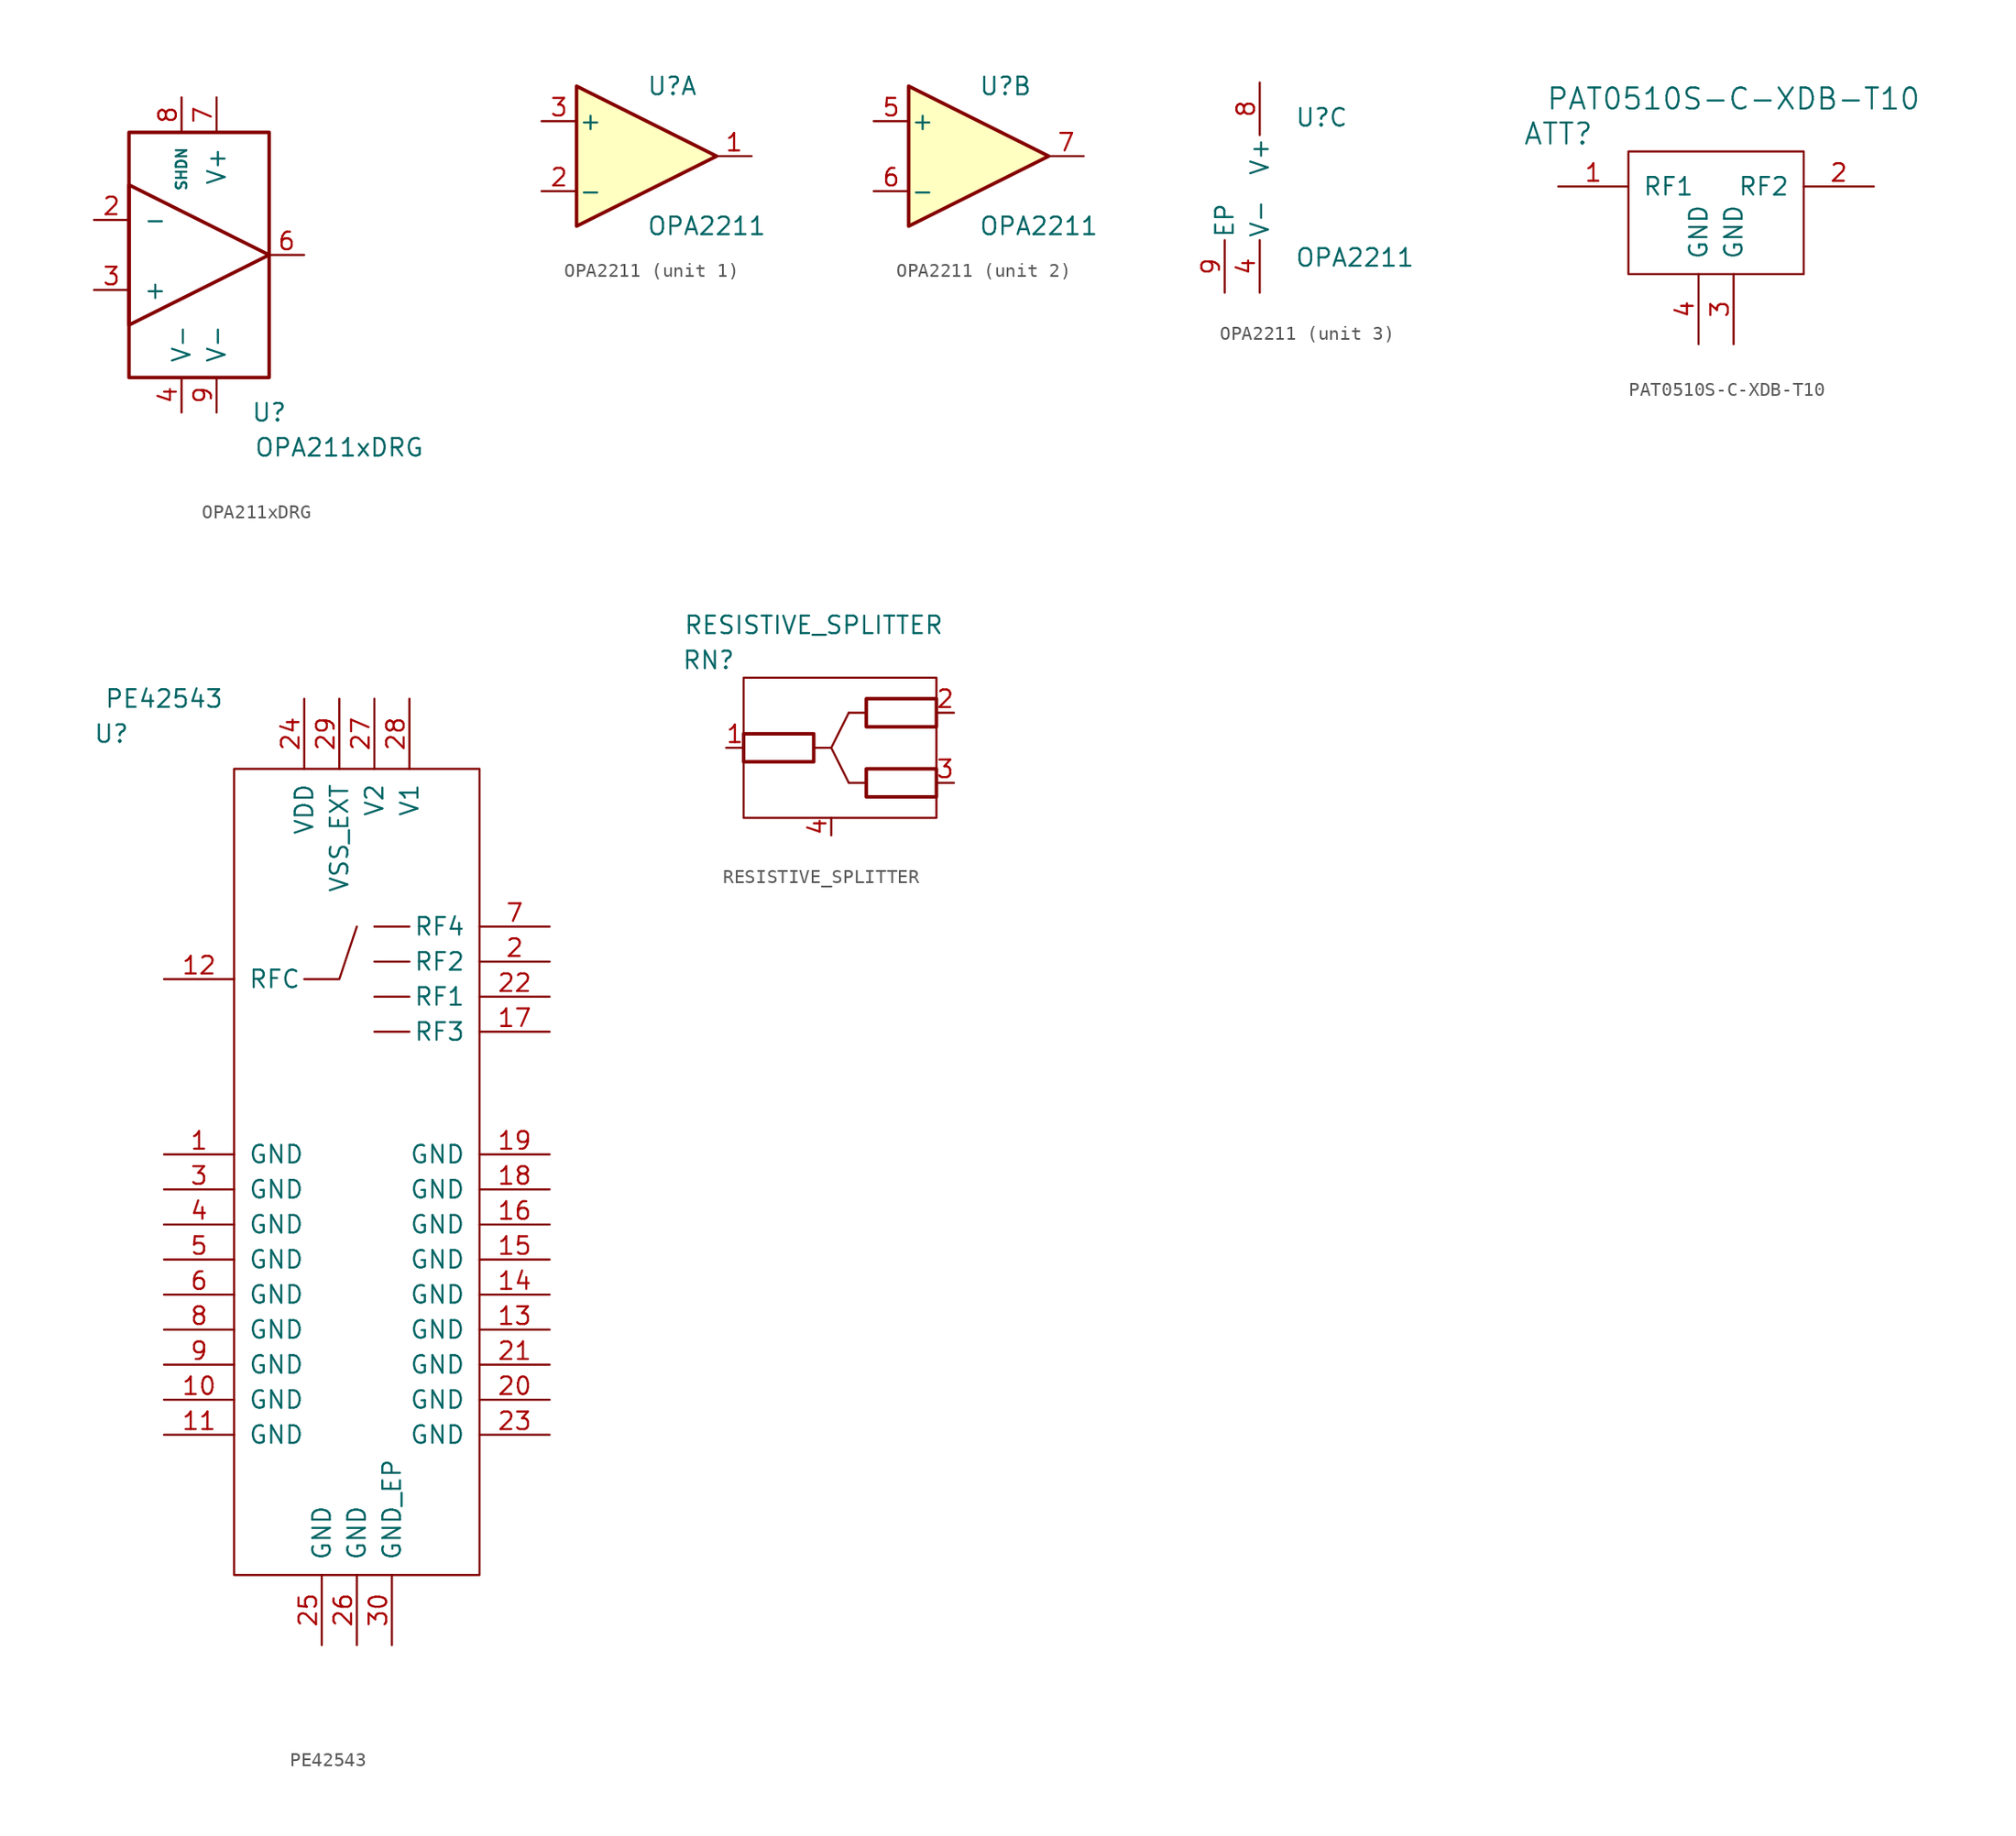
<source format=kicad_sym>
(kicad_symbol_lib
  (version 20201005)
  (generator kicad_symbol_editor)
  (symbol "vna_mm:OPA211xDRG"
    (pin_names
      (offset 1.016))
    (property "Reference" "U"
      (at 5.08 -11.43 0)
      (effects (font (size 1.27 1.27))))
    (property "Value" "OPA211xDRG"
      (at 10.16 -13.97 0)
      (effects (font (size 1.27 1.27))))
    (symbol "OPA211xDRG_0_0"
      (pin power_in line (at 1.27 -11.43 90) (length 2.54) (name "V-" (effects (font (size 1.27 1.27)))) (number "9" (effects (font (size 1.27 1.27))))))
    (symbol "OPA211xDRG_0_1"
      (rectangle (start -5.08 8.89) (end 5.08 -8.89) (stroke (width 0.254)) (fill (type none))))
    (symbol "OPA211xDRG_1_1"
      (polyline (pts (xy -5.08 5.08) (xy 5.08 0) (xy -5.08 -5.08) (xy -5.08 5.08)) (stroke (width 0.254)) (fill (type none)))
      (pin unconnected line (at 7.62 -7.62 180) (length 2.54) hide (name "NC" (effects (font (size 1.27 1.27)))) (number "1" (effects (font (size 1.27 1.27)))))
      (pin input line (at -7.62 2.54 0) (length 2.54) (name "-" (effects (font (size 1.27 1.27)))) (number "2" (effects (font (size 1.27 1.27)))))
      (pin input line (at -7.62 -2.54 0) (length 2.54) (name "+" (effects (font (size 1.27 1.27)))) (number "3" (effects (font (size 1.27 1.27)))))
      (pin power_in line (at -1.27 -11.43 90) (length 2.54) (name "V-" (effects (font (size 1.27 1.27)))) (number "4" (effects (font (size 1.27 1.27)))))
      (pin unconnected line (at 7.62 -5.08 180) (length 2.54) hide (name "NC" (effects (font (size 1.27 1.27)))) (number "5" (effects (font (size 1.27 1.27)))))
      (pin output line (at 7.62 0 180) (length 2.54) (name "~" (effects (font (size 1.27 1.27)))) (number "6" (effects (font (size 1.27 1.27)))))
      (pin power_in line (at 1.27 11.43 270) (length 2.54) (name "V+" (effects (font (size 1.27 1.27)))) (number "7" (effects (font (size 1.27 1.27)))))
      (pin input line (at -1.27 11.43 270) (length 2.54) (name "SHDN" (effects (font (size 0.762 0.762)))) (number "8" (effects (font (size 1.27 1.27)))))))
  (symbol "vna_mm:OPA2211"
    (pin_names
      (offset 0.127))
    (property "Reference" "U"
      (at 0 5.08 0)
      (effects (font (size 1.27 1.27)) (justify left)))
    (property "Value" "OPA2211"
      (at 0 -5.08 0)
      (effects (font (size 1.27 1.27)) (justify left)))
    (property "ki_locked" ""
      (at 0 0 0)
      (effects (font (size 1.27 1.27))))
    (symbol "OPA2211_1_1"
      (polyline (pts (xy -5.08 5.08) (xy 5.08 0) (xy -5.08 -5.08) (xy -5.08 5.08)) (stroke (width 0.254)) (fill (type background)))
      (pin output line (at 7.62 0 180) (length 2.54) (name "~" (effects (font (size 1.27 1.27)))) (number "1" (effects (font (size 1.27 1.27)))))
      (pin input line (at -7.62 -2.54 0) (length 2.54) (name "-" (effects (font (size 1.27 1.27)))) (number "2" (effects (font (size 1.27 1.27)))))
      (pin input line (at -7.62 2.54 0) (length 2.54) (name "+" (effects (font (size 1.27 1.27)))) (number "3" (effects (font (size 1.27 1.27))))))
    (symbol "OPA2211_2_1"
      (polyline (pts (xy -5.08 5.08) (xy 5.08 0) (xy -5.08 -5.08) (xy -5.08 5.08)) (stroke (width 0.254)) (fill (type background)))
      (pin input line (at -7.62 2.54 0) (length 2.54) (name "+" (effects (font (size 1.27 1.27)))) (number "5" (effects (font (size 1.27 1.27)))))
      (pin input line (at -7.62 -2.54 0) (length 2.54) (name "-" (effects (font (size 1.27 1.27)))) (number "6" (effects (font (size 1.27 1.27)))))
      (pin output line (at 7.62 0 180) (length 2.54) (name "~" (effects (font (size 1.27 1.27)))) (number "7" (effects (font (size 1.27 1.27))))))
    (symbol "OPA2211_3_1"
      (pin power_in line (at -2.54 -7.62 90) (length 3.81) (name "V-" (effects (font (size 1.27 1.27)))) (number "4" (effects (font (size 1.27 1.27)))))
      (pin power_in line (at -2.54 7.62 270) (length 3.81) (name "V+" (effects (font (size 1.27 1.27)))) (number "8" (effects (font (size 1.27 1.27)))))
      (pin power_in line (at -5.08 -7.62 90) (length 3.81) (name "EP" (effects (font (size 1.27 1.27)))) (number "9" (effects (font (size 1.27 1.27)))))))
  (symbol "vna_mm:PAT0510S-C-XDB-T10"
    (pin_names
      (offset 1.016))
    (property "Reference" "ATT"
      (at -11.43 3.81 0)
      (effects (font (size 1.524 1.524))))
    (property "Value" "PAT0510S-C-XDB-T10"
      (at 1.27 6.35 0)
      (effects (font (size 1.524 1.524))))
    (symbol "PAT0510S-C-XDB-T10_0_1"
      (rectangle (start -6.35 2.54) (end 6.35 -6.35) (stroke (width 0)) (fill (type none))))
    (symbol "PAT0510S-C-XDB-T10_1_1"
      (pin bidirectional line (at -11.43 0 0) (length 5.08) (name "RF1" (effects (font (size 1.27 1.27)))) (number "1" (effects (font (size 1.27 1.27)))))
      (pin bidirectional line (at 11.43 0 180) (length 5.08) (name "RF2" (effects (font (size 1.27 1.27)))) (number "2" (effects (font (size 1.27 1.27)))))
      (pin bidirectional line (at 1.27 -11.43 90) (length 5.08) (name "GND" (effects (font (size 1.27 1.27)))) (number "3" (effects (font (size 1.27 1.27)))))
      (pin bidirectional line (at -1.27 -11.43 90) (length 5.08) (name "GND" (effects (font (size 1.27 1.27)))) (number "4" (effects (font (size 1.27 1.27)))))))
  (symbol "vna_mm:PE42543"
    (pin_names
      (offset 1.016))
    (property "Reference" "U"
      (at -17.78 17.78 0)
      (effects (font (size 1.27 1.27))))
    (property "Value" "PE42543"
      (at -13.97 20.32 0)
      (effects (font (size 1.27 1.27))))
    (symbol "PE42543_0_1"
      (rectangle (start -8.89 15.24) (end 8.89 -43.18) (stroke (width 0)) (fill (type none)))
      (polyline (pts (xy 1.27 -3.81) (xy 3.81 -3.81)) (stroke (width 0)) (fill (type none)))
      (polyline (pts (xy 1.27 -1.27) (xy 3.81 -1.27)) (stroke (width 0)) (fill (type none)))
      (polyline (pts (xy 1.27 1.27) (xy 3.81 1.27)) (stroke (width 0)) (fill (type none)))
      (polyline (pts (xy 1.27 3.81) (xy 3.81 3.81)) (stroke (width 0)) (fill (type none)))
      (polyline (pts (xy -3.81 0) (xy -1.27 0) (xy 0 3.81)) (stroke (width 0)) (fill (type none))))
    (symbol "PE42543_1_1"
      (pin power_in line (at -13.97 -12.7 0) (length 5.08) (name "GND" (effects (font (size 1.27 1.27)))) (number "1" (effects (font (size 1.27 1.27)))))
      (pin power_in line (at -13.97 -30.48 0) (length 5.08) (name "GND" (effects (font (size 1.27 1.27)))) (number "10" (effects (font (size 1.27 1.27)))))
      (pin power_in line (at -13.97 -33.02 0) (length 5.08) (name "GND" (effects (font (size 1.27 1.27)))) (number "11" (effects (font (size 1.27 1.27)))))
      (pin bidirectional line (at -13.97 0 0) (length 5.08) (name "RFC" (effects (font (size 1.27 1.27)))) (number "12" (effects (font (size 1.27 1.27)))))
      (pin power_in line (at 13.97 -25.4 180) (length 5.08) (name "GND" (effects (font (size 1.27 1.27)))) (number "13" (effects (font (size 1.27 1.27)))))
      (pin power_in line (at 13.97 -22.86 180) (length 5.08) (name "GND" (effects (font (size 1.27 1.27)))) (number "14" (effects (font (size 1.27 1.27)))))
      (pin power_in line (at 13.97 -20.32 180) (length 5.08) (name "GND" (effects (font (size 1.27 1.27)))) (number "15" (effects (font (size 1.27 1.27)))))
      (pin power_in line (at 13.97 -17.78 180) (length 5.08) (name "GND" (effects (font (size 1.27 1.27)))) (number "16" (effects (font (size 1.27 1.27)))))
      (pin bidirectional line (at 13.97 -3.81 180) (length 5.08) (name "RF3" (effects (font (size 1.27 1.27)))) (number "17" (effects (font (size 1.27 1.27)))))
      (pin power_in line (at 13.97 -15.24 180) (length 5.08) (name "GND" (effects (font (size 1.27 1.27)))) (number "18" (effects (font (size 1.27 1.27)))))
      (pin power_in line (at 13.97 -12.7 180) (length 5.08) (name "GND" (effects (font (size 1.27 1.27)))) (number "19" (effects (font (size 1.27 1.27)))))
      (pin bidirectional line (at 13.97 1.27 180) (length 5.08) (name "RF2" (effects (font (size 1.27 1.27)))) (number "2" (effects (font (size 1.27 1.27)))))
      (pin power_in line (at 13.97 -30.48 180) (length 5.08) (name "GND" (effects (font (size 1.27 1.27)))) (number "20" (effects (font (size 1.27 1.27)))))
      (pin power_in line (at 13.97 -27.94 180) (length 5.08) (name "GND" (effects (font (size 1.27 1.27)))) (number "21" (effects (font (size 1.27 1.27)))))
      (pin bidirectional line (at 13.97 -1.27 180) (length 5.08) (name "RF1" (effects (font (size 1.27 1.27)))) (number "22" (effects (font (size 1.27 1.27)))))
      (pin power_in line (at 13.97 -33.02 180) (length 5.08) (name "GND" (effects (font (size 1.27 1.27)))) (number "23" (effects (font (size 1.27 1.27)))))
      (pin power_in line (at -3.81 20.32 270) (length 5.08) (name "VDD" (effects (font (size 1.27 1.27)))) (number "24" (effects (font (size 1.27 1.27)))))
      (pin power_in line (at -2.54 -48.26 90) (length 5.08) (name "GND" (effects (font (size 1.27 1.27)))) (number "25" (effects (font (size 1.27 1.27)))))
      (pin power_in line (at 0 -48.26 90) (length 5.08) (name "GND" (effects (font (size 1.27 1.27)))) (number "26" (effects (font (size 1.27 1.27)))))
      (pin input line (at 1.27 20.32 270) (length 5.08) (name "V2" (effects (font (size 1.27 1.27)))) (number "27" (effects (font (size 1.27 1.27)))))
      (pin input line (at 3.81 20.32 270) (length 5.08) (name "V1" (effects (font (size 1.27 1.27)))) (number "28" (effects (font (size 1.27 1.27)))))
      (pin power_in line (at -1.27 20.32 270) (length 5.08) (name "VSS_EXT" (effects (font (size 1.27 1.27)))) (number "29" (effects (font (size 1.27 1.27)))))
      (pin power_in line (at -13.97 -15.24 0) (length 5.08) (name "GND" (effects (font (size 1.27 1.27)))) (number "3" (effects (font (size 1.27 1.27)))))
      (pin input line (at 2.54 -48.26 90) (length 5.08) (name "GND_EP" (effects (font (size 1.27 1.27)))) (number "30" (effects (font (size 1.27 1.27)))))
      (pin power_in line (at -13.97 -17.78 0) (length 5.08) (name "GND" (effects (font (size 1.27 1.27)))) (number "4" (effects (font (size 1.27 1.27)))))
      (pin power_in line (at -13.97 -20.32 0) (length 5.08) (name "GND" (effects (font (size 1.27 1.27)))) (number "5" (effects (font (size 1.27 1.27)))))
      (pin power_in line (at -13.97 -22.86 0) (length 5.08) (name "GND" (effects (font (size 1.27 1.27)))) (number "6" (effects (font (size 1.27 1.27)))))
      (pin bidirectional line (at 13.97 3.81 180) (length 5.08) (name "RF4" (effects (font (size 1.27 1.27)))) (number "7" (effects (font (size 1.27 1.27)))))
      (pin power_in line (at -13.97 -25.4 0) (length 5.08) (name "GND" (effects (font (size 1.27 1.27)))) (number "8" (effects (font (size 1.27 1.27)))))
      (pin power_in line (at -13.97 -27.94 0) (length 5.08) (name "GND" (effects (font (size 1.27 1.27)))) (number "9" (effects (font (size 1.27 1.27)))))))
  (symbol "vna_mm:RESISTIVE_SPLITTER"
    (pin_names
      (offset 1.016))
    (property "Reference" "RN"
      (at -8.89 6.35 0)
      (effects (font (size 1.27 1.27))))
    (property "Value" "RESISTIVE_SPLITTER"
      (at -1.27 8.89 0)
      (effects (font (size 1.27 1.27))))
    (symbol "RESISTIVE_SPLITTER_0_1"
      (rectangle (start -6.35 -5.08) (end 7.62 5.08) (stroke (width 0)) (fill (type none)))
      (rectangle (start 2.54 -2.54) (end 1.27 -2.54) (stroke (width 0)) (fill (type none)))
      (rectangle (start 2.54 2.54) (end 1.27 2.54) (stroke (width 0)) (fill (type none)))
      (polyline (pts (xy -1.27 0) (xy 0 0) (xy 1.27 2.54) (xy 0 0) (xy 1.27 -2.54)) (stroke (width 0)) (fill (type none))))
    (symbol "RESISTIVE_SPLITTER_1_1"
      (rectangle (start -1.27 -1.016) (end -6.35 1.016) (stroke (width 0.254)) (fill (type none)))
      (rectangle (start 7.62 -3.556) (end 2.54 -1.524) (stroke (width 0.254)) (fill (type none)))
      (rectangle (start 7.62 1.524) (end 2.54 3.556) (stroke (width 0.254)) (fill (type none)))
      (pin passive line (at -7.62 0 0) (length 1.27) (name "~" (effects (font (size 1.27 1.27)))) (number "1" (effects (font (size 1.27 1.27)))))
      (pin passive line (at 8.89 2.54 180) (length 1.27) (name "~" (effects (font (size 1.27 1.27)))) (number "2" (effects (font (size 1.27 1.27)))))
      (pin passive line (at 8.89 -2.54 180) (length 1.27) (name "~" (effects (font (size 1.27 1.27)))) (number "3" (effects (font (size 1.27 1.27)))))
      (pin power_in line (at 0 -6.35 90) (length 1.27) (name "~" (effects (font (size 1.27 1.27)))) (number "4" (effects (font (size 1.27 1.27))))))))
</source>
